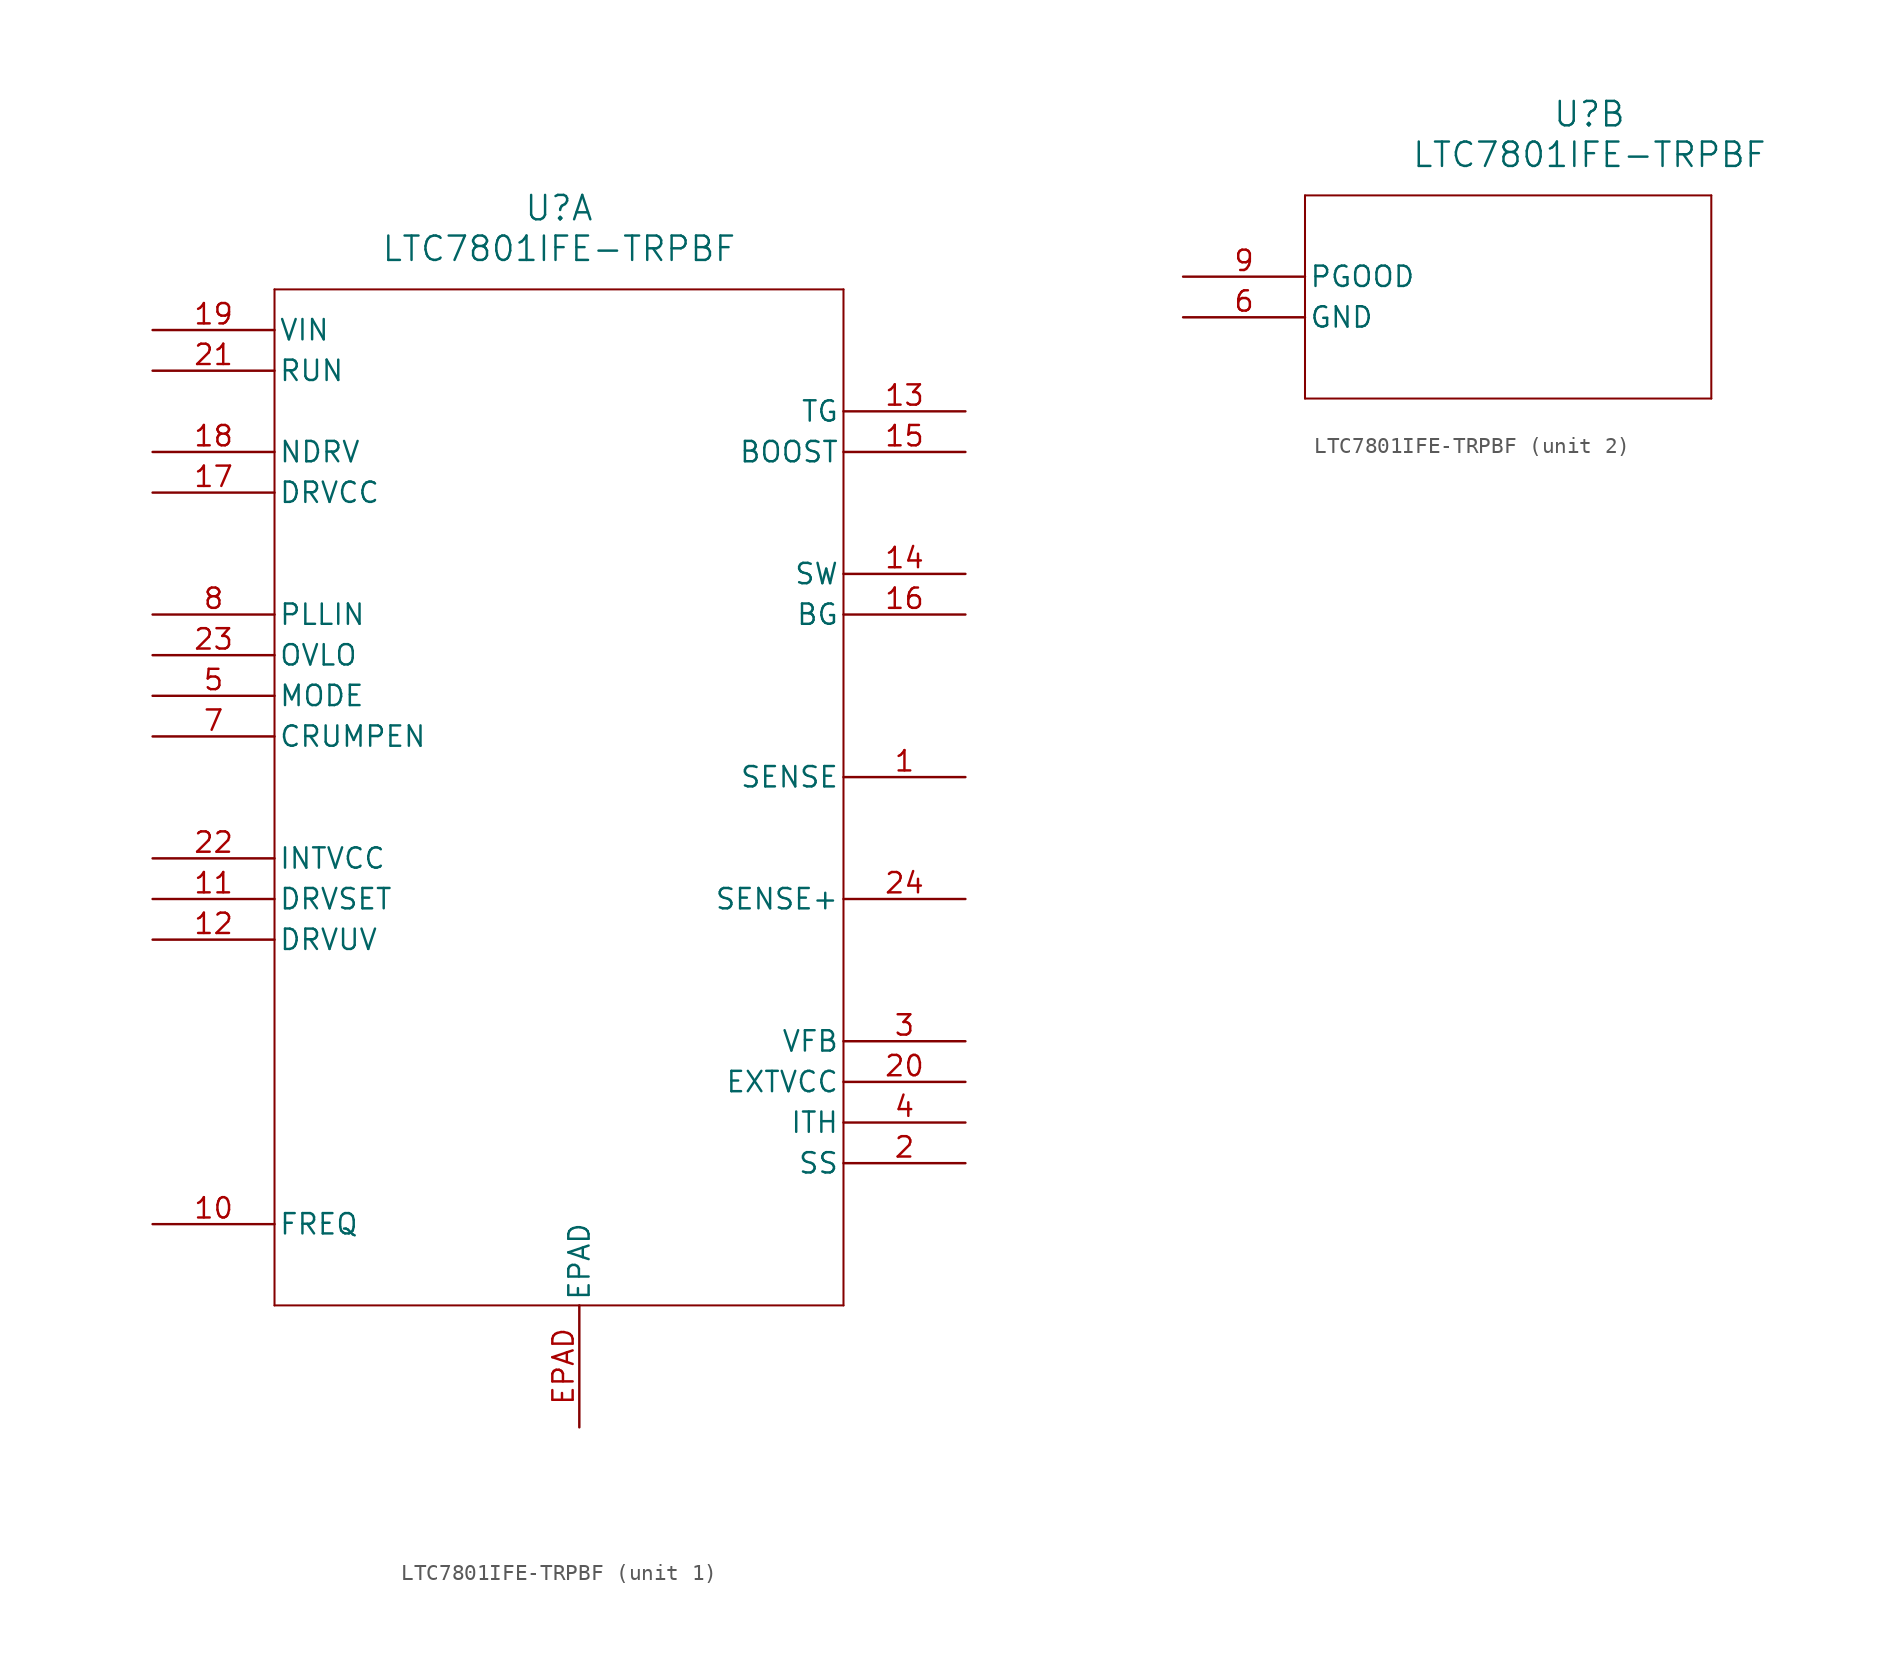
<source format=kicad_sym>
(kicad_symbol_lib
  (version 20241209)
  (generator "kicad_symbol_editor")
  (generator_version "9.0")
  (symbol "LTC7801IFE-TRPBF"
    (pin_names
      (offset 0.254))
    (property "Reference" "U"
      (at 25.4 10.16 0)
      (effects (font (size 1.524 1.524))))
    (property "Value" "LTC7801IFE-TRPBF"
      (at 25.4 7.62 0)
      (effects (font (size 1.524 1.524))))
    (property "ki_locked" ""
      (at 0 0 0)
      (effects (font (size 1.27 1.27))))
    (symbol "LTC7801IFE-TRPBF_1_1"
      (polyline (pts (xy 7.62 5.08) (xy 7.62 -58.42)) (stroke (width 0.127) (type default)) (fill (type none)))
      (polyline (pts (xy 7.62 -58.42) (xy 43.18 -58.42)) (stroke (width 0.127) (type default)) (fill (type none)))
      (polyline (pts (xy 43.18 5.08) (xy 7.62 5.08)) (stroke (width 0.127) (type default)) (fill (type none)))
      (polyline (pts (xy 43.18 -58.42) (xy 43.18 5.08)) (stroke (width 0.127) (type default)) (fill (type none)))
      (pin power_in line (at 0 2.54 0) (length 7.62) (name "VIN" (effects (font (size 1.27 1.27)))) (number "19" (effects (font (size 1.27 1.27)))))
      (pin unspecified line (at 0 0 0) (length 7.62) (name "RUN" (effects (font (size 1.27 1.27)))) (number "21" (effects (font (size 1.27 1.27)))))
      (pin unspecified line (at 0 -5.08 0) (length 7.62) (name "NDRV" (effects (font (size 1.27 1.27)))) (number "18" (effects (font (size 1.27 1.27)))))
      (pin unspecified line (at 0 -7.62 0) (length 7.62) (name "DRVCC" (effects (font (size 1.27 1.27)))) (number "17" (effects (font (size 1.27 1.27)))))
      (pin unspecified line (at 0 -15.24 0) (length 7.62) (name "PLLIN" (effects (font (size 1.27 1.27)))) (number "8" (effects (font (size 1.27 1.27)))))
      (pin unspecified line (at 0 -17.78 0) (length 7.62) (name "OVLO" (effects (font (size 1.27 1.27)))) (number "23" (effects (font (size 1.27 1.27)))))
      (pin unspecified line (at 0 -20.32 0) (length 7.62) (name "MODE" (effects (font (size 1.27 1.27)))) (number "5" (effects (font (size 1.27 1.27)))))
      (pin unspecified line (at 0 -22.86 0) (length 7.62) (name "CRUMPEN" (effects (font (size 1.27 1.27)))) (number "7" (effects (font (size 1.27 1.27)))))
      (pin unspecified line (at 0 -30.48 0) (length 7.62) (name "INTVCC" (effects (font (size 1.27 1.27)))) (number "22" (effects (font (size 1.27 1.27)))))
      (pin unspecified line (at 0 -33.02 0) (length 7.62) (name "DRVSET" (effects (font (size 1.27 1.27)))) (number "11" (effects (font (size 1.27 1.27)))))
      (pin unspecified line (at 0 -35.56 0) (length 7.62) (name "DRVUV" (effects (font (size 1.27 1.27)))) (number "12" (effects (font (size 1.27 1.27)))))
      (pin unspecified line (at 0 -53.34 0) (length 7.62) (name "FREQ" (effects (font (size 1.27 1.27)))) (number "10" (effects (font (size 1.27 1.27)))))
      (pin power_out line (at 26.67 -66.04 90) (length 7.62) (name "EPAD" (effects (font (size 1.27 1.27)))) (number "EPAD" (effects (font (size 1.27 1.27)))))
      (pin unspecified line (at 50.8 -2.54 180) (length 7.62) (name "TG" (effects (font (size 1.27 1.27)))) (number "13" (effects (font (size 1.27 1.27)))))
      (pin unspecified line (at 50.8 -5.08 180) (length 7.62) (name "BOOST" (effects (font (size 1.27 1.27)))) (number "15" (effects (font (size 1.27 1.27)))))
      (pin unspecified line (at 50.8 -12.7 180) (length 7.62) (name "SW" (effects (font (size 1.27 1.27)))) (number "14" (effects (font (size 1.27 1.27)))))
      (pin unspecified line (at 50.8 -15.24 180) (length 7.62) (name "BG" (effects (font (size 1.27 1.27)))) (number "16" (effects (font (size 1.27 1.27)))))
      (pin unspecified line (at 50.8 -25.4 180) (length 7.62) (name "SENSE" (effects (font (size 1.27 1.27)))) (number "1" (effects (font (size 1.27 1.27)))))
      (pin unspecified line (at 50.8 -33.02 180) (length 7.62) (name "SENSE+" (effects (font (size 1.27 1.27)))) (number "24" (effects (font (size 1.27 1.27)))))
      (pin unspecified line (at 50.8 -41.91 180) (length 7.62) (name "VFB" (effects (font (size 1.27 1.27)))) (number "3" (effects (font (size 1.27 1.27)))))
      (pin unspecified line (at 50.8 -44.45 180) (length 7.62) (name "EXTVCC" (effects (font (size 1.27 1.27)))) (number "20" (effects (font (size 1.27 1.27)))))
      (pin unspecified line (at 50.8 -46.99 180) (length 7.62) (name "ITH" (effects (font (size 1.27 1.27)))) (number "4" (effects (font (size 1.27 1.27)))))
      (pin unspecified line (at 50.8 -49.53 180) (length 7.62) (name "SS" (effects (font (size 1.27 1.27)))) (number "2" (effects (font (size 1.27 1.27))))))
    (symbol "LTC7801IFE-TRPBF_2_1"
      (polyline (pts (xy 7.62 5.08) (xy 7.62 -7.62)) (stroke (width 0.127) (type default)) (fill (type none)))
      (polyline (pts (xy 7.62 -7.62) (xy 33.02 -7.62)) (stroke (width 0.127) (type default)) (fill (type none)))
      (polyline (pts (xy 33.02 5.08) (xy 7.62 5.08)) (stroke (width 0.127) (type default)) (fill (type none)))
      (polyline (pts (xy 33.02 -7.62) (xy 33.02 5.08)) (stroke (width 0.127) (type default)) (fill (type none)))
      (pin unspecified line (at 0 0 0) (length 7.62) (name "PGOOD" (effects (font (size 1.27 1.27)))) (number "9" (effects (font (size 1.27 1.27)))))
      (pin power_out line (at 0 -2.54 0) (length 7.62) (name "GND" (effects (font (size 1.27 1.27)))) (number "6" (effects (font (size 1.27 1.27))))))))
</source>
